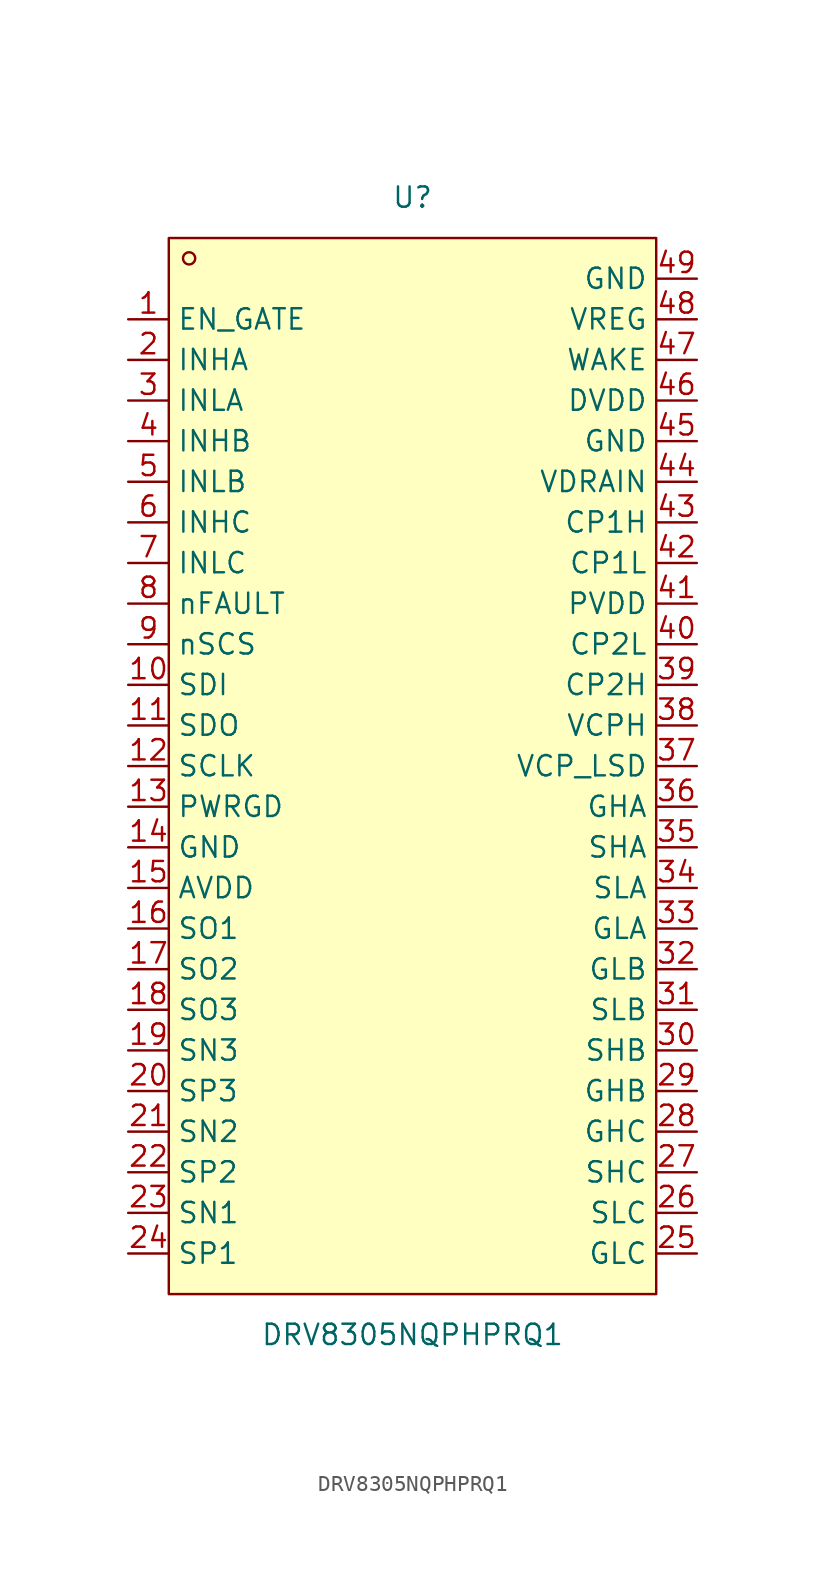
<source format=kicad_sym>
(kicad_symbol_lib
  (version 20211014)
  (generator https://github.com/uPesy/easyeda2kicad.py)
  (symbol "DRV8305NQPHPRQ1"
    (property "Reference" "U"
      (at 0 35.56 0)
      (effects (font (size 1.27 1.27))))
    (property "Value" "DRV8305NQPHPRQ1"
      (at 0 -35.56 0)
      (effects (font (size 1.27 1.27))))
    (symbol "DRV8305NQPHPRQ1_0_1"
      (rectangle (start -15.24 33.02) (end 15.24 -33.02) (stroke (width 0) (type default) (color 0 0 0 0)) (fill (type background)))
      (circle (center -13.97 31.75) (radius 0.38) (stroke (width 0) (type default) (color 0 0 0 0)) (fill (type none)))
      (pin unspecified line (at -17.78 27.94 0) (length 2.54) (name "EN_GATE" (effects (font (size 1.27 1.27)))) (number "1" (effects (font (size 1.27 1.27)))))
      (pin unspecified line (at -17.78 25.40 0) (length 2.54) (name "INHA" (effects (font (size 1.27 1.27)))) (number "2" (effects (font (size 1.27 1.27)))))
      (pin unspecified line (at -17.78 22.86 0) (length 2.54) (name "INLA" (effects (font (size 1.27 1.27)))) (number "3" (effects (font (size 1.27 1.27)))))
      (pin unspecified line (at -17.78 20.32 0) (length 2.54) (name "INHB" (effects (font (size 1.27 1.27)))) (number "4" (effects (font (size 1.27 1.27)))))
      (pin unspecified line (at -17.78 17.78 0) (length 2.54) (name "INLB" (effects (font (size 1.27 1.27)))) (number "5" (effects (font (size 1.27 1.27)))))
      (pin unspecified line (at -17.78 15.24 0) (length 2.54) (name "INHC" (effects (font (size 1.27 1.27)))) (number "6" (effects (font (size 1.27 1.27)))))
      (pin unspecified line (at -17.78 12.70 0) (length 2.54) (name "INLC" (effects (font (size 1.27 1.27)))) (number "7" (effects (font (size 1.27 1.27)))))
      (pin unspecified line (at -17.78 10.16 0) (length 2.54) (name "nFAULT" (effects (font (size 1.27 1.27)))) (number "8" (effects (font (size 1.27 1.27)))))
      (pin unspecified line (at -17.78 7.62 0) (length 2.54) (name "nSCS" (effects (font (size 1.27 1.27)))) (number "9" (effects (font (size 1.27 1.27)))))
      (pin unspecified line (at -17.78 5.08 0) (length 2.54) (name "SDI" (effects (font (size 1.27 1.27)))) (number "10" (effects (font (size 1.27 1.27)))))
      (pin unspecified line (at -17.78 2.54 0) (length 2.54) (name "SDO" (effects (font (size 1.27 1.27)))) (number "11" (effects (font (size 1.27 1.27)))))
      (pin unspecified line (at -17.78 -0.00 0) (length 2.54) (name "SCLK" (effects (font (size 1.27 1.27)))) (number "12" (effects (font (size 1.27 1.27)))))
      (pin unspecified line (at -17.78 -2.54 0) (length 2.54) (name "PWRGD" (effects (font (size 1.27 1.27)))) (number "13" (effects (font (size 1.27 1.27)))))
      (pin unspecified line (at -17.78 -5.08 0) (length 2.54) (name "GND" (effects (font (size 1.27 1.27)))) (number "14" (effects (font (size 1.27 1.27)))))
      (pin unspecified line (at -17.78 -7.62 0) (length 2.54) (name "AVDD" (effects (font (size 1.27 1.27)))) (number "15" (effects (font (size 1.27 1.27)))))
      (pin unspecified line (at -17.78 -10.16 0) (length 2.54) (name "SO1" (effects (font (size 1.27 1.27)))) (number "16" (effects (font (size 1.27 1.27)))))
      (pin unspecified line (at -17.78 -12.70 0) (length 2.54) (name "SO2" (effects (font (size 1.27 1.27)))) (number "17" (effects (font (size 1.27 1.27)))))
      (pin unspecified line (at -17.78 -15.24 0) (length 2.54) (name "SO3" (effects (font (size 1.27 1.27)))) (number "18" (effects (font (size 1.27 1.27)))))
      (pin unspecified line (at -17.78 -17.78 0) (length 2.54) (name "SN3" (effects (font (size 1.27 1.27)))) (number "19" (effects (font (size 1.27 1.27)))))
      (pin unspecified line (at -17.78 -20.32 0) (length 2.54) (name "SP3" (effects (font (size 1.27 1.27)))) (number "20" (effects (font (size 1.27 1.27)))))
      (pin unspecified line (at -17.78 -22.86 0) (length 2.54) (name "SN2" (effects (font (size 1.27 1.27)))) (number "21" (effects (font (size 1.27 1.27)))))
      (pin unspecified line (at -17.78 -25.40 0) (length 2.54) (name "SP2" (effects (font (size 1.27 1.27)))) (number "22" (effects (font (size 1.27 1.27)))))
      (pin unspecified line (at -17.78 -27.94 0) (length 2.54) (name "SN1" (effects (font (size 1.27 1.27)))) (number "23" (effects (font (size 1.27 1.27)))))
      (pin unspecified line (at -17.78 -30.48 0) (length 2.54) (name "SP1" (effects (font (size 1.27 1.27)))) (number "24" (effects (font (size 1.27 1.27)))))
      (pin unspecified line (at 17.78 -30.48 180) (length 2.54) (name "GLC" (effects (font (size 1.27 1.27)))) (number "25" (effects (font (size 1.27 1.27)))))
      (pin unspecified line (at 17.78 -27.94 180) (length 2.54) (name "SLC" (effects (font (size 1.27 1.27)))) (number "26" (effects (font (size 1.27 1.27)))))
      (pin unspecified line (at 17.78 -25.40 180) (length 2.54) (name "SHC" (effects (font (size 1.27 1.27)))) (number "27" (effects (font (size 1.27 1.27)))))
      (pin unspecified line (at 17.78 -22.86 180) (length 2.54) (name "GHC" (effects (font (size 1.27 1.27)))) (number "28" (effects (font (size 1.27 1.27)))))
      (pin unspecified line (at 17.78 -20.32 180) (length 2.54) (name "GHB" (effects (font (size 1.27 1.27)))) (number "29" (effects (font (size 1.27 1.27)))))
      (pin unspecified line (at 17.78 -17.78 180) (length 2.54) (name "SHB" (effects (font (size 1.27 1.27)))) (number "30" (effects (font (size 1.27 1.27)))))
      (pin unspecified line (at 17.78 -15.24 180) (length 2.54) (name "SLB" (effects (font (size 1.27 1.27)))) (number "31" (effects (font (size 1.27 1.27)))))
      (pin unspecified line (at 17.78 -12.70 180) (length 2.54) (name "GLB" (effects (font (size 1.27 1.27)))) (number "32" (effects (font (size 1.27 1.27)))))
      (pin unspecified line (at 17.78 -10.16 180) (length 2.54) (name "GLA" (effects (font (size 1.27 1.27)))) (number "33" (effects (font (size 1.27 1.27)))))
      (pin unspecified line (at 17.78 -7.62 180) (length 2.54) (name "SLA" (effects (font (size 1.27 1.27)))) (number "34" (effects (font (size 1.27 1.27)))))
      (pin unspecified line (at 17.78 -5.08 180) (length 2.54) (name "SHA" (effects (font (size 1.27 1.27)))) (number "35" (effects (font (size 1.27 1.27)))))
      (pin unspecified line (at 17.78 -2.54 180) (length 2.54) (name "GHA" (effects (font (size 1.27 1.27)))) (number "36" (effects (font (size 1.27 1.27)))))
      (pin unspecified line (at 17.78 -0.00 180) (length 2.54) (name "VCP_LSD" (effects (font (size 1.27 1.27)))) (number "37" (effects (font (size 1.27 1.27)))))
      (pin unspecified line (at 17.78 2.54 180) (length 2.54) (name "VCPH" (effects (font (size 1.27 1.27)))) (number "38" (effects (font (size 1.27 1.27)))))
      (pin unspecified line (at 17.78 5.08 180) (length 2.54) (name "CP2H" (effects (font (size 1.27 1.27)))) (number "39" (effects (font (size 1.27 1.27)))))
      (pin unspecified line (at 17.78 7.62 180) (length 2.54) (name "CP2L" (effects (font (size 1.27 1.27)))) (number "40" (effects (font (size 1.27 1.27)))))
      (pin unspecified line (at 17.78 10.16 180) (length 2.54) (name "PVDD" (effects (font (size 1.27 1.27)))) (number "41" (effects (font (size 1.27 1.27)))))
      (pin unspecified line (at 17.78 12.70 180) (length 2.54) (name "CP1L" (effects (font (size 1.27 1.27)))) (number "42" (effects (font (size 1.27 1.27)))))
      (pin unspecified line (at 17.78 15.24 180) (length 2.54) (name "CP1H" (effects (font (size 1.27 1.27)))) (number "43" (effects (font (size 1.27 1.27)))))
      (pin unspecified line (at 17.78 17.78 180) (length 2.54) (name "VDRAIN" (effects (font (size 1.27 1.27)))) (number "44" (effects (font (size 1.27 1.27)))))
      (pin unspecified line (at 17.78 20.32 180) (length 2.54) (name "GND" (effects (font (size 1.27 1.27)))) (number "45" (effects (font (size 1.27 1.27)))))
      (pin unspecified line (at 17.78 22.86 180) (length 2.54) (name "DVDD" (effects (font (size 1.27 1.27)))) (number "46" (effects (font (size 1.27 1.27)))))
      (pin unspecified line (at 17.78 25.40 180) (length 2.54) (name "WAKE" (effects (font (size 1.27 1.27)))) (number "47" (effects (font (size 1.27 1.27)))))
      (pin unspecified line (at 17.78 27.94 180) (length 2.54) (name "VREG" (effects (font (size 1.27 1.27)))) (number "48" (effects (font (size 1.27 1.27)))))
      (pin unspecified line (at 17.78 30.48 180) (length 2.54) (name "GND" (effects (font (size 1.27 1.27)))) (number "49" (effects (font (size 1.27 1.27))))))))
</source>
